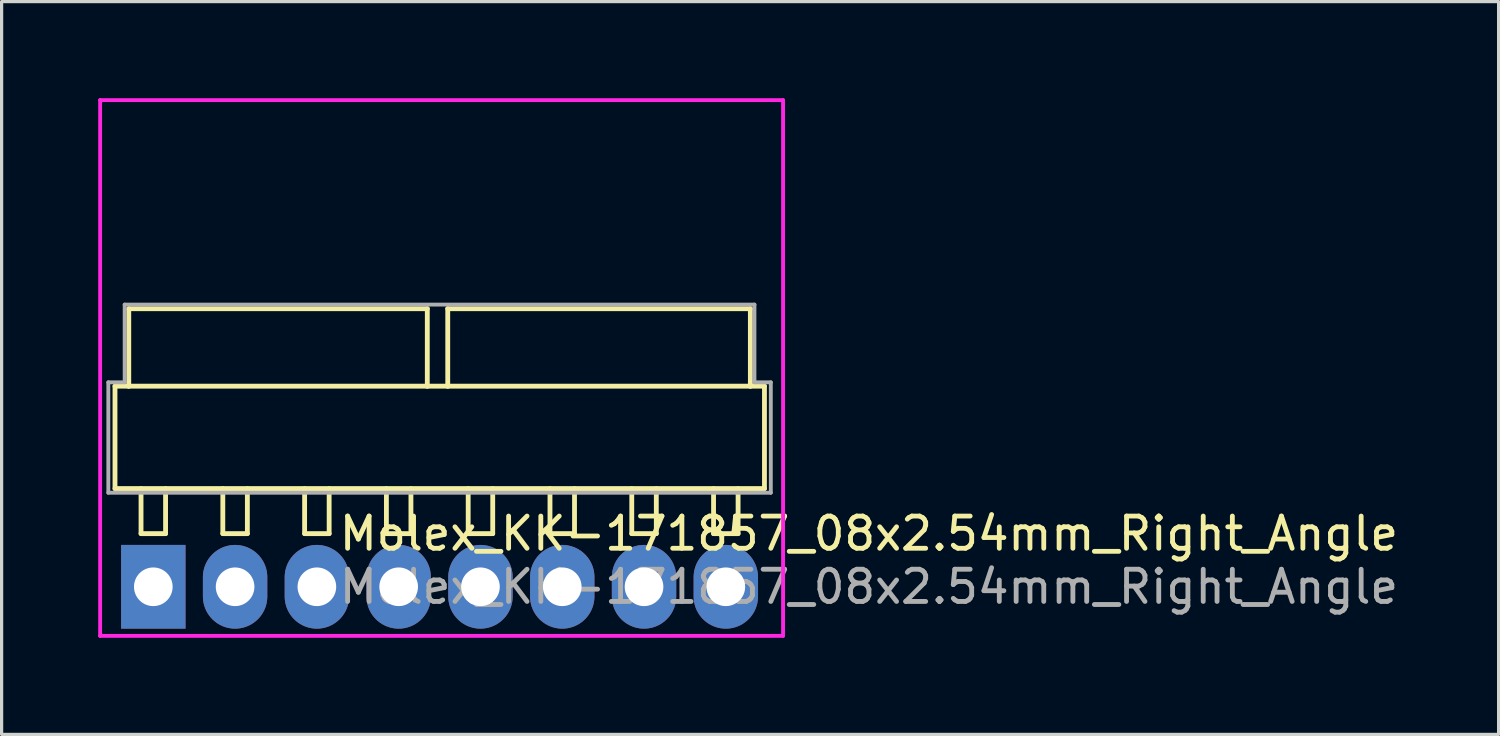
<source format=kicad_pcb>
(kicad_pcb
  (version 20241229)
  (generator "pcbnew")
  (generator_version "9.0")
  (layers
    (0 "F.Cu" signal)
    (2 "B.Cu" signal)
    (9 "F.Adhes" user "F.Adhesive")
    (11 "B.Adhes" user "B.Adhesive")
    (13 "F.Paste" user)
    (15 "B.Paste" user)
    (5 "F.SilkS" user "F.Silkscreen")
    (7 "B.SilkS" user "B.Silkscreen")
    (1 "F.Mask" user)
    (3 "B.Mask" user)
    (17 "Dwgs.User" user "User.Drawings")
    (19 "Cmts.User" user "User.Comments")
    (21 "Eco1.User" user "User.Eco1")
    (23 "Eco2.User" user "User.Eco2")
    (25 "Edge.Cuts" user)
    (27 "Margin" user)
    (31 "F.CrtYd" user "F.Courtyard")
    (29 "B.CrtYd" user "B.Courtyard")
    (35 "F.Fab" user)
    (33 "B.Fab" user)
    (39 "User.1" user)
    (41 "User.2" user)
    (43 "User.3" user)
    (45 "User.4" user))
  (footprint "Molex_KK-171857_08x2.54mm_Right_Angle"
    (layer "F.Cu")
    (at 1.711 15.173)
    (property "Reference" "Molex_KK-171857_08x2.54mm_Right_Angle" (at 22.225 -1.651 0) (layer "F.SilkS") (effects (font (size 1 1) (thickness 0.15))))
    (attr through_hole)
    (fp_line (start -1.19 -6.23) (end 18.98 -6.23) (stroke (width 0.15) (type solid)) (layer "F.SilkS"))
    (fp_line (start -1.19 -3.05) (end -1.19 -6.23) (stroke (width 0.15) (type solid)) (layer "F.SilkS"))
    (fp_line (start -1.19 -3.05) (end 18.98 -3.05) (stroke (width 0.15) (type solid)) (layer "F.SilkS"))
    (fp_line (start -0.762 -8.636) (end 8.509 -8.636) (stroke (width 0.15) (type solid)) (layer "F.SilkS"))
    (fp_line (start -0.762 -6.223) (end -0.762 -8.636) (stroke (width 0.15) (type solid)) (layer "F.SilkS"))
    (fp_line (start -0.381 -1.651) (end -0.381 -3.048) (stroke (width 0.15) (type solid)) (layer "F.SilkS"))
    (fp_line (start -0.381 -1.651) (end 0.381 -1.651) (stroke (width 0.15) (type solid)) (layer "F.SilkS"))
    (fp_line (start 0.381 -1.651) (end 0.381 -3.048) (stroke (width 0.15) (type solid)) (layer "F.SilkS"))
    (fp_line (start 2.159 -1.651) (end 2.159 -3.048) (stroke (width 0.15) (type solid)) (layer "F.SilkS"))
    (fp_line (start 2.159 -1.651) (end 2.921 -1.651) (stroke (width 0.15) (type solid)) (layer "F.SilkS"))
    (fp_line (start 2.921 -1.651) (end 2.921 -3.048) (stroke (width 0.15) (type solid)) (layer "F.SilkS"))
    (fp_line (start 4.699 -1.651) (end 4.699 -3.048) (stroke (width 0.15) (type solid)) (layer "F.SilkS"))
    (fp_line (start 4.699 -1.651) (end 5.461 -1.651) (stroke (width 0.15) (type solid)) (layer "F.SilkS"))
    (fp_line (start 5.461 -1.651) (end 5.461 -3.048) (stroke (width 0.15) (type solid)) (layer "F.SilkS"))
    (fp_line (start 7.239 -1.651) (end 7.239 -3.048) (stroke (width 0.15) (type solid)) (layer "F.SilkS"))
    (fp_line (start 7.239 -1.651) (end 8.001 -1.651) (stroke (width 0.15) (type solid)) (layer "F.SilkS"))
    (fp_line (start 8.001 -1.651) (end 8.001 -3.048) (stroke (width 0.15) (type solid)) (layer "F.SilkS"))
    (fp_line (start 8.509 -8.636) (end 8.509 -6.223) (stroke (width 0.15) (type solid)) (layer "F.SilkS"))
    (fp_line (start 9.144 -8.636) (end 18.542 -8.636) (stroke (width 0.15) (type solid)) (layer "F.SilkS"))
    (fp_line (start 9.144 -6.223) (end 9.144 -8.636) (stroke (width 0.15) (type solid)) (layer "F.SilkS"))
    (fp_line (start 9.779 -1.651) (end 9.779 -3.048) (stroke (width 0.15) (type solid)) (layer "F.SilkS"))
    (fp_line (start 9.779 -1.651) (end 10.541 -1.651) (stroke (width 0.15) (type solid)) (layer "F.SilkS"))
    (fp_line (start 10.541 -1.651) (end 10.541 -3.048) (stroke (width 0.15) (type solid)) (layer "F.SilkS"))
    (fp_line (start 12.319 -1.651) (end 12.319 -3.048) (stroke (width 0.15) (type solid)) (layer "F.SilkS"))
    (fp_line (start 12.319 -1.651) (end 13.081 -1.651) (stroke (width 0.15) (type solid)) (layer "F.SilkS"))
    (fp_line (start 13.081 -1.651) (end 13.081 -3.048) (stroke (width 0.15) (type solid)) (layer "F.SilkS"))
    (fp_line (start 14.859 -1.651) (end 14.859 -3.048) (stroke (width 0.15) (type solid)) (layer "F.SilkS"))
    (fp_line (start 14.859 -1.651) (end 15.621 -1.651) (stroke (width 0.15) (type solid)) (layer "F.SilkS"))
    (fp_line (start 15.621 -1.651) (end 15.621 -3.048) (stroke (width 0.15) (type solid)) (layer "F.SilkS"))
    (fp_line (start 17.399 -1.651) (end 17.399 -3.048) (stroke (width 0.15) (type solid)) (layer "F.SilkS"))
    (fp_line (start 17.399 -1.651) (end 18.161 -1.651) (stroke (width 0.15) (type solid)) (layer "F.SilkS"))
    (fp_line (start 18.161 -1.651) (end 18.161 -3.048) (stroke (width 0.15) (type solid)) (layer "F.SilkS"))
    (fp_line (start 18.542 -8.636) (end 18.542 -6.223) (stroke (width 0.15) (type solid)) (layer "F.SilkS"))
    (fp_line (start 18.98 -3.05) (end 18.98 -6.23) (stroke (width 0.15) (type solid)) (layer "F.SilkS"))
    (fp_line (start -1.651 -15.113) (end -1.651 1.524) (stroke (width 0.12) (type solid)) (layer "F.CrtYd"))
    (fp_line (start -1.651 1.524) (end 19.558 1.524) (stroke (width 0.12) (type solid)) (layer "F.CrtYd"))
    (fp_line (start 19.558 -15.113) (end -1.651 -15.113) (stroke (width 0.12) (type solid)) (layer "F.CrtYd"))
    (fp_line (start 19.558 1.524) (end 19.558 -15.113) (stroke (width 0.12) (type solid)) (layer "F.CrtYd"))
    (fp_line (start -1.397 -6.35) (end -1.397 -2.921) (stroke (width 0.12) (type solid)) (layer "F.Fab"))
    (fp_line (start -1.397 -2.921) (end 19.177 -2.921) (stroke (width 0.12) (type solid)) (layer "F.Fab"))
    (fp_line (start -0.889 -8.763) (end -0.889 -6.35) (stroke (width 0.12) (type solid)) (layer "F.Fab"))
    (fp_line (start -0.889 -6.35) (end -1.397 -6.35) (stroke (width 0.12) (type solid)) (layer "F.Fab"))
    (fp_line (start 18.669 -8.763) (end -0.889 -8.763) (stroke (width 0.12) (type solid)) (layer "F.Fab"))
    (fp_line (start 18.669 -6.35) (end 18.669 -8.763) (stroke (width 0.12) (type solid)) (layer "F.Fab"))
    (fp_line (start 19.177 -6.35) (end 18.669 -6.35) (stroke (width 0.12) (type solid)) (layer "F.Fab"))
    (fp_line (start 19.177 -2.921) (end 19.177 -6.35) (stroke (width 0.12) (type solid)) (layer "F.Fab"))
    (fp_text user "${REFERENCE}" (at 22.225 0 0) (layer "F.Fab") (effects (font (size 1 1) (thickness 0.15))))
    (pad "1" thru_hole rect (at 0 0) (size 2 2.6) (drill 1.2) (layers "*.Cu" "*.Mask"))
    (pad "2" thru_hole oval (at 2.54 0) (size 2 2.6) (drill 1.2) (layers "*.Cu" "*.Mask"))
    (pad "3" thru_hole oval (at 5.08 0) (size 2 2.6) (drill 1.2) (layers "*.Cu" "*.Mask"))
    (pad "4" thru_hole oval (at 7.62 0) (size 2 2.6) (drill 1.2) (layers "*.Cu" "*.Mask"))
    (pad "5" thru_hole oval (at 10.16 0) (size 2 2.6) (drill 1.2) (layers "*.Cu" "*.Mask"))
    (pad "6" thru_hole oval (at 12.7 0) (size 2 2.6) (drill 1.2) (layers "*.Cu" "*.Mask"))
    (pad "7" thru_hole oval (at 15.24 0) (size 2 2.6) (drill 1.2) (layers "*.Cu" "*.Mask"))
    (pad "8" thru_hole oval (at 17.78 0) (size 2 2.6) (drill 1.2) (layers "*.Cu" "*.Mask")))
  (gr_rect
    (start -3 -3)
    (end 43.49 19.757)
    (stroke (width 0.1) (type default))
    (fill no)
    (layer "Edge.Cuts")))
</source>
